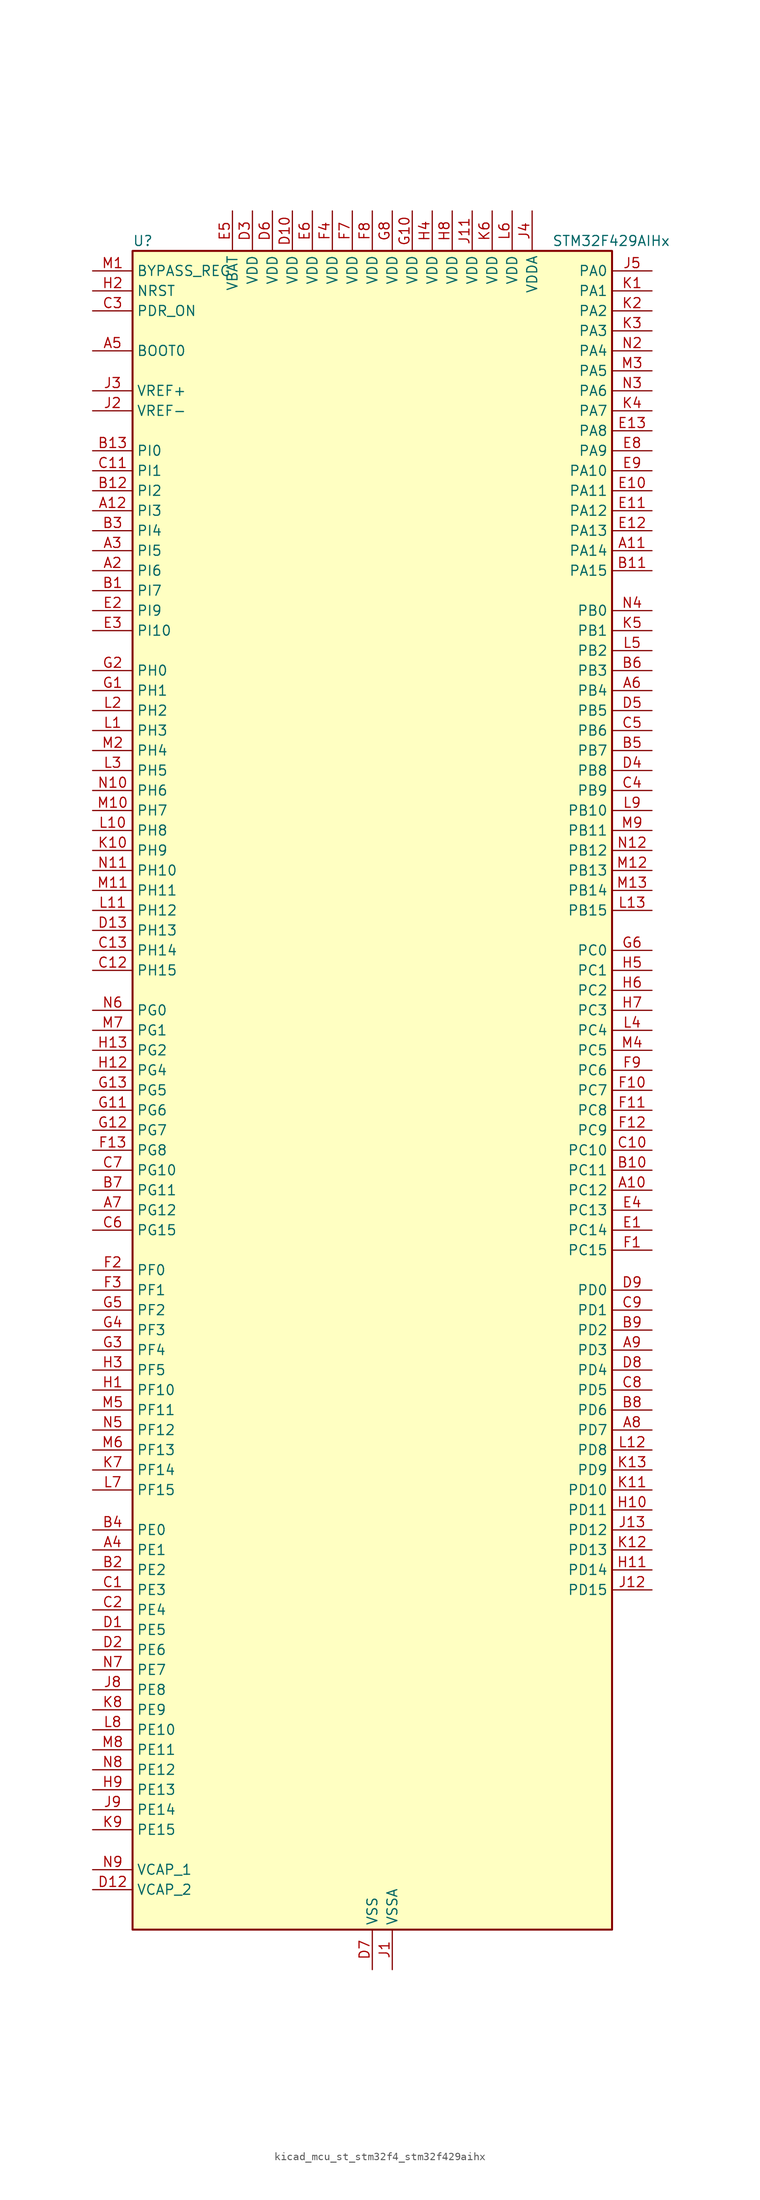
<source format=kicad_sym>
(kicad_symbol_lib
  (version 20220914)
  (generator kicad_symbol_editor)
  (symbol "kicad_mcu_st_stm32f4_stm32f429aihx"
    (property "Reference" "U"
      (at -30.48 107.95 0)
      (effects (font (size 1.27 1.27)) (justify left)))
    (property "Value" "STM32F429AIHx"
      (at 22.86 107.95 0)
      (effects (font (size 1.27 1.27)) (justify left)))
    (property "ki_locked" ""
      (at 0 0 0)
      (effects (font (size 1.27 1.27))))
    (symbol "kicad_mcu_st_stm32f4_stm32f429aihx_0_1"
      (rectangle (start -30.48 -106.68) (end 30.48 106.68) (stroke (width 0.254) (type default)) (fill (type background))))
    (symbol "kicad_mcu_st_stm32f4_stm32f429aihx_1_1"
      (pin no_connect line (at -30.48 -106.68 0) (length 5.08) hide (name "NC" (effects (font (size 1.27 1.27)))) (number "A1" (effects (font (size 1.27 1.27)))))
      (pin bidirectional line (at 35.56 -12.7 180) (length 5.08) (name "PC12" (effects (font (size 1.27 1.27)))) (number "A10" (effects (font (size 1.27 1.27)))) (alternate "DCMI_D9" bidirectional line) (alternate "I2S3_SD" bidirectional line) (alternate "SDIO_CK" bidirectional line) (alternate "SPI3_MOSI" bidirectional line) (alternate "UART5_TX" bidirectional line) (alternate "USART3_CK" bidirectional line))
      (pin bidirectional line (at 35.56 68.58 180) (length 5.08) (name "PA14" (effects (font (size 1.27 1.27)))) (number "A11" (effects (font (size 1.27 1.27)))) (alternate "SYS_JTCK-SWCLK" bidirectional line))
      (pin bidirectional line (at -35.56 73.66 0) (length 5.08) (name "PI3" (effects (font (size 1.27 1.27)))) (number "A12" (effects (font (size 1.27 1.27)))) (alternate "DCMI_D10" bidirectional line) (alternate "FMC_D27" bidirectional line) (alternate "I2S2_SD" bidirectional line) (alternate "SPI2_MOSI" bidirectional line) (alternate "TIM8_ETR" bidirectional line))
      (pin no_connect line (at -30.48 -104.14 0) (length 5.08) hide (name "NC" (effects (font (size 1.27 1.27)))) (number "A13" (effects (font (size 1.27 1.27)))))
      (pin bidirectional line (at -35.56 66.04 0) (length 5.08) (name "PI6" (effects (font (size 1.27 1.27)))) (number "A2" (effects (font (size 1.27 1.27)))) (alternate "DCMI_D6" bidirectional line) (alternate "FMC_D28" bidirectional line) (alternate "LTDC_B6" bidirectional line) (alternate "TIM8_CH2" bidirectional line))
      (pin bidirectional line (at -35.56 68.58 0) (length 5.08) (name "PI5" (effects (font (size 1.27 1.27)))) (number "A3" (effects (font (size 1.27 1.27)))) (alternate "DCMI_VSYNC" bidirectional line) (alternate "FMC_NBL3" bidirectional line) (alternate "LTDC_B5" bidirectional line) (alternate "TIM8_CH1" bidirectional line))
      (pin bidirectional line (at -35.56 -58.42 0) (length 5.08) (name "PE1" (effects (font (size 1.27 1.27)))) (number "A4" (effects (font (size 1.27 1.27)))) (alternate "DCMI_D3" bidirectional line) (alternate "FMC_NBL1" bidirectional line) (alternate "UART8_TX" bidirectional line))
      (pin input line (at -35.56 93.98 0) (length 5.08) (name "BOOT0" (effects (font (size 1.27 1.27)))) (number "A5" (effects (font (size 1.27 1.27)))))
      (pin bidirectional line (at 35.56 50.8 180) (length 5.08) (name "PB4" (effects (font (size 1.27 1.27)))) (number "A6" (effects (font (size 1.27 1.27)))) (alternate "I2S3_ext_SD" bidirectional line) (alternate "SPI1_MISO" bidirectional line) (alternate "SPI3_MISO" bidirectional line) (alternate "SYS_JTRST" bidirectional line) (alternate "TIM3_CH1" bidirectional line))
      (pin bidirectional line (at -35.56 -15.24 0) (length 5.08) (name "PG12" (effects (font (size 1.27 1.27)))) (number "A7" (effects (font (size 1.27 1.27)))) (alternate "FMC_NE4" bidirectional line) (alternate "LTDC_B1" bidirectional line) (alternate "LTDC_B4" bidirectional line) (alternate "USART6_RTS" bidirectional line))
      (pin bidirectional line (at 35.56 -43.18 180) (length 5.08) (name "PD7" (effects (font (size 1.27 1.27)))) (number "A8" (effects (font (size 1.27 1.27)))) (alternate "FMC_NCE2" bidirectional line) (alternate "FMC_NE1" bidirectional line) (alternate "USART2_CK" bidirectional line))
      (pin bidirectional line (at 35.56 -33.02 180) (length 5.08) (name "PD3" (effects (font (size 1.27 1.27)))) (number "A9" (effects (font (size 1.27 1.27)))) (alternate "DCMI_D5" bidirectional line) (alternate "FMC_CLK" bidirectional line) (alternate "I2S2_CK" bidirectional line) (alternate "LTDC_G7" bidirectional line) (alternate "SPI2_SCK" bidirectional line) (alternate "USART2_CTS" bidirectional line))
      (pin bidirectional line (at -35.56 63.5 0) (length 5.08) (name "PI7" (effects (font (size 1.27 1.27)))) (number "B1" (effects (font (size 1.27 1.27)))) (alternate "DCMI_D7" bidirectional line) (alternate "FMC_D29" bidirectional line) (alternate "LTDC_B7" bidirectional line) (alternate "TIM8_CH3" bidirectional line))
      (pin bidirectional line (at 35.56 -10.16 180) (length 5.08) (name "PC11" (effects (font (size 1.27 1.27)))) (number "B10" (effects (font (size 1.27 1.27)))) (alternate "ADC1_EXTI11" bidirectional line) (alternate "ADC2_EXTI11" bidirectional line) (alternate "ADC3_EXTI11" bidirectional line) (alternate "DCMI_D4" bidirectional line) (alternate "I2S3_ext_SD" bidirectional line) (alternate "SDIO_D3" bidirectional line) (alternate "SPI3_MISO" bidirectional line) (alternate "UART4_RX" bidirectional line) (alternate "USART3_RX" bidirectional line))
      (pin bidirectional line (at 35.56 66.04 180) (length 5.08) (name "PA15" (effects (font (size 1.27 1.27)))) (number "B11" (effects (font (size 1.27 1.27)))) (alternate "ADC1_EXTI15" bidirectional line) (alternate "ADC2_EXTI15" bidirectional line) (alternate "ADC3_EXTI15" bidirectional line) (alternate "I2S3_WS" bidirectional line) (alternate "SPI1_NSS" bidirectional line) (alternate "SPI3_NSS" bidirectional line) (alternate "SYS_JTDI" bidirectional line) (alternate "TIM2_CH1" bidirectional line) (alternate "TIM2_ETR" bidirectional line))
      (pin bidirectional line (at -35.56 76.2 0) (length 5.08) (name "PI2" (effects (font (size 1.27 1.27)))) (number "B12" (effects (font (size 1.27 1.27)))) (alternate "DCMI_D9" bidirectional line) (alternate "FMC_D26" bidirectional line) (alternate "I2S2_ext_SD" bidirectional line) (alternate "LTDC_G7" bidirectional line) (alternate "SPI2_MISO" bidirectional line) (alternate "TIM8_CH4" bidirectional line))
      (pin bidirectional line (at -35.56 81.28 0) (length 5.08) (name "PI0" (effects (font (size 1.27 1.27)))) (number "B13" (effects (font (size 1.27 1.27)))) (alternate "DCMI_D13" bidirectional line) (alternate "FMC_D24" bidirectional line) (alternate "I2S2_WS" bidirectional line) (alternate "LTDC_G5" bidirectional line) (alternate "SPI2_NSS" bidirectional line) (alternate "TIM5_CH4" bidirectional line))
      (pin bidirectional line (at -35.56 -60.96 0) (length 5.08) (name "PE2" (effects (font (size 1.27 1.27)))) (number "B2" (effects (font (size 1.27 1.27)))) (alternate "ETH_TXD3" bidirectional line) (alternate "FMC_A23" bidirectional line) (alternate "SAI1_MCLK_A" bidirectional line) (alternate "SPI4_SCK" bidirectional line) (alternate "SYS_TRACECLK" bidirectional line))
      (pin bidirectional line (at -35.56 71.12 0) (length 5.08) (name "PI4" (effects (font (size 1.27 1.27)))) (number "B3" (effects (font (size 1.27 1.27)))) (alternate "DCMI_D5" bidirectional line) (alternate "FMC_NBL2" bidirectional line) (alternate "LTDC_B4" bidirectional line) (alternate "TIM8_BKIN" bidirectional line))
      (pin bidirectional line (at -35.56 -55.88 0) (length 5.08) (name "PE0" (effects (font (size 1.27 1.27)))) (number "B4" (effects (font (size 1.27 1.27)))) (alternate "DCMI_D2" bidirectional line) (alternate "FMC_NBL0" bidirectional line) (alternate "TIM4_ETR" bidirectional line) (alternate "UART8_RX" bidirectional line))
      (pin bidirectional line (at 35.56 43.18 180) (length 5.08) (name "PB7" (effects (font (size 1.27 1.27)))) (number "B5" (effects (font (size 1.27 1.27)))) (alternate "DCMI_VSYNC" bidirectional line) (alternate "FMC_NL" bidirectional line) (alternate "I2C1_SDA" bidirectional line) (alternate "TIM4_CH2" bidirectional line) (alternate "USART1_RX" bidirectional line))
      (pin bidirectional line (at 35.56 53.34 180) (length 5.08) (name "PB3" (effects (font (size 1.27 1.27)))) (number "B6" (effects (font (size 1.27 1.27)))) (alternate "I2S3_CK" bidirectional line) (alternate "SPI1_SCK" bidirectional line) (alternate "SPI3_SCK" bidirectional line) (alternate "SYS_JTDO-SWO" bidirectional line) (alternate "TIM2_CH2" bidirectional line))
      (pin bidirectional line (at -35.56 -12.7 0) (length 5.08) (name "PG11" (effects (font (size 1.27 1.27)))) (number "B7" (effects (font (size 1.27 1.27)))) (alternate "ADC1_EXTI11" bidirectional line) (alternate "ADC2_EXTI11" bidirectional line) (alternate "ADC3_EXTI11" bidirectional line) (alternate "DCMI_D3" bidirectional line) (alternate "ETH_TX_EN" bidirectional line) (alternate "LTDC_B3" bidirectional line))
      (pin bidirectional line (at 35.56 -40.64 180) (length 5.08) (name "PD6" (effects (font (size 1.27 1.27)))) (number "B8" (effects (font (size 1.27 1.27)))) (alternate "DCMI_D10" bidirectional line) (alternate "FMC_NWAIT" bidirectional line) (alternate "I2S3_SD" bidirectional line) (alternate "LTDC_B2" bidirectional line) (alternate "SAI1_SD_A" bidirectional line) (alternate "SPI3_MOSI" bidirectional line) (alternate "USART2_RX" bidirectional line))
      (pin bidirectional line (at 35.56 -30.48 180) (length 5.08) (name "PD2" (effects (font (size 1.27 1.27)))) (number "B9" (effects (font (size 1.27 1.27)))) (alternate "DCMI_D11" bidirectional line) (alternate "SDIO_CMD" bidirectional line) (alternate "TIM3_ETR" bidirectional line) (alternate "UART5_RX" bidirectional line))
      (pin bidirectional line (at -35.56 -63.5 0) (length 5.08) (name "PE3" (effects (font (size 1.27 1.27)))) (number "C1" (effects (font (size 1.27 1.27)))) (alternate "FMC_A19" bidirectional line) (alternate "SAI1_SD_B" bidirectional line) (alternate "SYS_TRACED0" bidirectional line))
      (pin bidirectional line (at 35.56 -7.62 180) (length 5.08) (name "PC10" (effects (font (size 1.27 1.27)))) (number "C10" (effects (font (size 1.27 1.27)))) (alternate "DCMI_D8" bidirectional line) (alternate "I2S3_CK" bidirectional line) (alternate "LTDC_R2" bidirectional line) (alternate "SDIO_D2" bidirectional line) (alternate "SPI3_SCK" bidirectional line) (alternate "UART4_TX" bidirectional line) (alternate "USART3_TX" bidirectional line))
      (pin bidirectional line (at -35.56 78.74 0) (length 5.08) (name "PI1" (effects (font (size 1.27 1.27)))) (number "C11" (effects (font (size 1.27 1.27)))) (alternate "DCMI_D8" bidirectional line) (alternate "FMC_D25" bidirectional line) (alternate "I2S2_CK" bidirectional line) (alternate "LTDC_G6" bidirectional line) (alternate "SPI2_SCK" bidirectional line))
      (pin bidirectional line (at -35.56 15.24 0) (length 5.08) (name "PH15" (effects (font (size 1.27 1.27)))) (number "C12" (effects (font (size 1.27 1.27)))) (alternate "ADC1_EXTI15" bidirectional line) (alternate "ADC2_EXTI15" bidirectional line) (alternate "ADC3_EXTI15" bidirectional line) (alternate "DCMI_D11" bidirectional line) (alternate "FMC_D23" bidirectional line) (alternate "LTDC_G4" bidirectional line) (alternate "TIM8_CH3N" bidirectional line))
      (pin bidirectional line (at -35.56 17.78 0) (length 5.08) (name "PH14" (effects (font (size 1.27 1.27)))) (number "C13" (effects (font (size 1.27 1.27)))) (alternate "DCMI_D4" bidirectional line) (alternate "FMC_D22" bidirectional line) (alternate "LTDC_G3" bidirectional line) (alternate "TIM8_CH2N" bidirectional line))
      (pin bidirectional line (at -35.56 -66.04 0) (length 5.08) (name "PE4" (effects (font (size 1.27 1.27)))) (number "C2" (effects (font (size 1.27 1.27)))) (alternate "DCMI_D4" bidirectional line) (alternate "FMC_A20" bidirectional line) (alternate "LTDC_B0" bidirectional line) (alternate "SAI1_FS_A" bidirectional line) (alternate "SPI4_NSS" bidirectional line) (alternate "SYS_TRACED1" bidirectional line))
      (pin input line (at -35.56 99.06 0) (length 5.08) (name "PDR_ON" (effects (font (size 1.27 1.27)))) (number "C3" (effects (font (size 1.27 1.27)))))
      (pin bidirectional line (at 35.56 38.1 180) (length 5.08) (name "PB9" (effects (font (size 1.27 1.27)))) (number "C4" (effects (font (size 1.27 1.27)))) (alternate "CAN1_TX" bidirectional line) (alternate "DAC_EXTI9" bidirectional line) (alternate "DCMI_D7" bidirectional line) (alternate "I2C1_SDA" bidirectional line) (alternate "I2S2_WS" bidirectional line) (alternate "LTDC_B7" bidirectional line) (alternate "SDIO_D5" bidirectional line) (alternate "SPI2_NSS" bidirectional line) (alternate "TIM11_CH1" bidirectional line) (alternate "TIM4_CH4" bidirectional line))
      (pin bidirectional line (at 35.56 45.72 180) (length 5.08) (name "PB6" (effects (font (size 1.27 1.27)))) (number "C5" (effects (font (size 1.27 1.27)))) (alternate "CAN2_TX" bidirectional line) (alternate "DCMI_D5" bidirectional line) (alternate "FMC_SDNE1" bidirectional line) (alternate "I2C1_SCL" bidirectional line) (alternate "TIM4_CH1" bidirectional line) (alternate "USART1_TX" bidirectional line))
      (pin bidirectional line (at -35.56 -17.78 0) (length 5.08) (name "PG15" (effects (font (size 1.27 1.27)))) (number "C6" (effects (font (size 1.27 1.27)))) (alternate "ADC1_EXTI15" bidirectional line) (alternate "ADC2_EXTI15" bidirectional line) (alternate "ADC3_EXTI15" bidirectional line) (alternate "DCMI_D13" bidirectional line) (alternate "FMC_SDNCAS" bidirectional line) (alternate "USART6_CTS" bidirectional line))
      (pin bidirectional line (at -35.56 -10.16 0) (length 5.08) (name "PG10" (effects (font (size 1.27 1.27)))) (number "C7" (effects (font (size 1.27 1.27)))) (alternate "DCMI_D2" bidirectional line) (alternate "FMC_NE3" bidirectional line) (alternate "LTDC_B2" bidirectional line) (alternate "LTDC_G3" bidirectional line))
      (pin bidirectional line (at 35.56 -38.1 180) (length 5.08) (name "PD5" (effects (font (size 1.27 1.27)))) (number "C8" (effects (font (size 1.27 1.27)))) (alternate "FMC_NWE" bidirectional line) (alternate "USART2_TX" bidirectional line))
      (pin bidirectional line (at 35.56 -27.94 180) (length 5.08) (name "PD1" (effects (font (size 1.27 1.27)))) (number "C9" (effects (font (size 1.27 1.27)))) (alternate "CAN1_TX" bidirectional line) (alternate "FMC_D3" bidirectional line) (alternate "FMC_DA3" bidirectional line))
      (pin bidirectional line (at -35.56 -68.58 0) (length 5.08) (name "PE5" (effects (font (size 1.27 1.27)))) (number "D1" (effects (font (size 1.27 1.27)))) (alternate "DCMI_D6" bidirectional line) (alternate "FMC_A21" bidirectional line) (alternate "LTDC_G0" bidirectional line) (alternate "SAI1_SCK_A" bidirectional line) (alternate "SPI4_MISO" bidirectional line) (alternate "SYS_TRACED2" bidirectional line) (alternate "TIM9_CH1" bidirectional line))
      (pin power_in line (at -10.16 111.76 270) (length 5.08) (name "VDD" (effects (font (size 1.27 1.27)))) (number "D10" (effects (font (size 1.27 1.27)))))
      (pin passive line (at 0 -111.76 90) (length 5.08) hide (name "VSS" (effects (font (size 1.27 1.27)))) (number "D11" (effects (font (size 1.27 1.27)))))
      (pin power_out line (at -35.56 -101.6 0) (length 5.08) (name "VCAP_2" (effects (font (size 1.27 1.27)))) (number "D12" (effects (font (size 1.27 1.27)))))
      (pin bidirectional line (at -35.56 20.32 0) (length 5.08) (name "PH13" (effects (font (size 1.27 1.27)))) (number "D13" (effects (font (size 1.27 1.27)))) (alternate "CAN1_TX" bidirectional line) (alternate "FMC_D21" bidirectional line) (alternate "LTDC_G2" bidirectional line) (alternate "TIM8_CH1N" bidirectional line))
      (pin bidirectional line (at -35.56 -71.12 0) (length 5.08) (name "PE6" (effects (font (size 1.27 1.27)))) (number "D2" (effects (font (size 1.27 1.27)))) (alternate "DCMI_D7" bidirectional line) (alternate "FMC_A22" bidirectional line) (alternate "LTDC_G1" bidirectional line) (alternate "SAI1_SD_A" bidirectional line) (alternate "SPI4_MOSI" bidirectional line) (alternate "SYS_TRACED3" bidirectional line) (alternate "TIM9_CH2" bidirectional line))
      (pin power_in line (at -15.24 111.76 270) (length 5.08) (name "VDD" (effects (font (size 1.27 1.27)))) (number "D3" (effects (font (size 1.27 1.27)))))
      (pin bidirectional line (at 35.56 40.64 180) (length 5.08) (name "PB8" (effects (font (size 1.27 1.27)))) (number "D4" (effects (font (size 1.27 1.27)))) (alternate "CAN1_RX" bidirectional line) (alternate "DCMI_D6" bidirectional line) (alternate "ETH_TXD3" bidirectional line) (alternate "I2C1_SCL" bidirectional line) (alternate "LTDC_B6" bidirectional line) (alternate "SDIO_D4" bidirectional line) (alternate "TIM10_CH1" bidirectional line) (alternate "TIM4_CH3" bidirectional line))
      (pin bidirectional line (at 35.56 48.26 180) (length 5.08) (name "PB5" (effects (font (size 1.27 1.27)))) (number "D5" (effects (font (size 1.27 1.27)))) (alternate "CAN2_RX" bidirectional line) (alternate "DCMI_D10" bidirectional line) (alternate "ETH_PPS_OUT" bidirectional line) (alternate "FMC_SDCKE1" bidirectional line) (alternate "I2C1_SMBA" bidirectional line) (alternate "I2S3_SD" bidirectional line) (alternate "SPI1_MOSI" bidirectional line) (alternate "SPI3_MOSI" bidirectional line) (alternate "TIM3_CH2" bidirectional line) (alternate "USB_OTG_HS_ULPI_D7" bidirectional line))
      (pin power_in line (at -12.7 111.76 270) (length 5.08) (name "VDD" (effects (font (size 1.27 1.27)))) (number "D6" (effects (font (size 1.27 1.27)))))
      (pin power_in line (at 0 -111.76 90) (length 5.08) (name "VSS" (effects (font (size 1.27 1.27)))) (number "D7" (effects (font (size 1.27 1.27)))))
      (pin bidirectional line (at 35.56 -35.56 180) (length 5.08) (name "PD4" (effects (font (size 1.27 1.27)))) (number "D8" (effects (font (size 1.27 1.27)))) (alternate "FMC_NOE" bidirectional line) (alternate "USART2_RTS" bidirectional line))
      (pin bidirectional line (at 35.56 -25.4 180) (length 5.08) (name "PD0" (effects (font (size 1.27 1.27)))) (number "D9" (effects (font (size 1.27 1.27)))) (alternate "CAN1_RX" bidirectional line) (alternate "FMC_D2" bidirectional line) (alternate "FMC_DA2" bidirectional line))
      (pin bidirectional line (at 35.56 -17.78 180) (length 5.08) (name "PC14" (effects (font (size 1.27 1.27)))) (number "E1" (effects (font (size 1.27 1.27)))) (alternate "RCC_OSC32_IN" bidirectional line))
      (pin bidirectional line (at 35.56 76.2 180) (length 5.08) (name "PA11" (effects (font (size 1.27 1.27)))) (number "E10" (effects (font (size 1.27 1.27)))) (alternate "ADC1_EXTI11" bidirectional line) (alternate "ADC2_EXTI11" bidirectional line) (alternate "ADC3_EXTI11" bidirectional line) (alternate "CAN1_RX" bidirectional line) (alternate "LTDC_R4" bidirectional line) (alternate "TIM1_CH4" bidirectional line) (alternate "USART1_CTS" bidirectional line) (alternate "USB_OTG_FS_DM" bidirectional line))
      (pin bidirectional line (at 35.56 73.66 180) (length 5.08) (name "PA12" (effects (font (size 1.27 1.27)))) (number "E11" (effects (font (size 1.27 1.27)))) (alternate "CAN1_TX" bidirectional line) (alternate "LTDC_R5" bidirectional line) (alternate "TIM1_ETR" bidirectional line) (alternate "USART1_RTS" bidirectional line) (alternate "USB_OTG_FS_DP" bidirectional line))
      (pin bidirectional line (at 35.56 71.12 180) (length 5.08) (name "PA13" (effects (font (size 1.27 1.27)))) (number "E12" (effects (font (size 1.27 1.27)))) (alternate "SYS_JTMS-SWDIO" bidirectional line))
      (pin bidirectional line (at 35.56 83.82 180) (length 5.08) (name "PA8" (effects (font (size 1.27 1.27)))) (number "E13" (effects (font (size 1.27 1.27)))) (alternate "I2C3_SCL" bidirectional line) (alternate "LTDC_R6" bidirectional line) (alternate "RCC_MCO_1" bidirectional line) (alternate "TIM1_CH1" bidirectional line) (alternate "USART1_CK" bidirectional line) (alternate "USB_OTG_FS_SOF" bidirectional line))
      (pin bidirectional line (at -35.56 60.96 0) (length 5.08) (name "PI9" (effects (font (size 1.27 1.27)))) (number "E2" (effects (font (size 1.27 1.27)))) (alternate "CAN1_RX" bidirectional line) (alternate "DAC_EXTI9" bidirectional line) (alternate "FMC_D30" bidirectional line) (alternate "LTDC_VSYNC" bidirectional line))
      (pin bidirectional line (at -35.56 58.42 0) (length 5.08) (name "PI10" (effects (font (size 1.27 1.27)))) (number "E3" (effects (font (size 1.27 1.27)))) (alternate "ETH_RX_ER" bidirectional line) (alternate "FMC_D31" bidirectional line) (alternate "LTDC_HSYNC" bidirectional line))
      (pin bidirectional line (at 35.56 -15.24 180) (length 5.08) (name "PC13" (effects (font (size 1.27 1.27)))) (number "E4" (effects (font (size 1.27 1.27)))) (alternate "RTC_AF1" bidirectional line))
      (pin power_in line (at -17.78 111.76 270) (length 5.08) (name "VBAT" (effects (font (size 1.27 1.27)))) (number "E5" (effects (font (size 1.27 1.27)))))
      (pin power_in line (at -7.62 111.76 270) (length 5.08) (name "VDD" (effects (font (size 1.27 1.27)))) (number "E6" (effects (font (size 1.27 1.27)))))
      (pin passive line (at 0 -111.76 90) (length 5.08) hide (name "VSS" (effects (font (size 1.27 1.27)))) (number "E7" (effects (font (size 1.27 1.27)))))
      (pin bidirectional line (at 35.56 81.28 180) (length 5.08) (name "PA9" (effects (font (size 1.27 1.27)))) (number "E8" (effects (font (size 1.27 1.27)))) (alternate "DAC_EXTI9" bidirectional line) (alternate "DCMI_D0" bidirectional line) (alternate "I2C3_SMBA" bidirectional line) (alternate "TIM1_CH2" bidirectional line) (alternate "USART1_TX" bidirectional line) (alternate "USB_OTG_FS_VBUS" bidirectional line))
      (pin bidirectional line (at 35.56 78.74 180) (length 5.08) (name "PA10" (effects (font (size 1.27 1.27)))) (number "E9" (effects (font (size 1.27 1.27)))) (alternate "DCMI_D1" bidirectional line) (alternate "TIM1_CH3" bidirectional line) (alternate "USART1_RX" bidirectional line) (alternate "USB_OTG_FS_ID" bidirectional line))
      (pin bidirectional line (at 35.56 -20.32 180) (length 5.08) (name "PC15" (effects (font (size 1.27 1.27)))) (number "F1" (effects (font (size 1.27 1.27)))) (alternate "ADC1_EXTI15" bidirectional line) (alternate "ADC2_EXTI15" bidirectional line) (alternate "ADC3_EXTI15" bidirectional line) (alternate "RCC_OSC32_OUT" bidirectional line))
      (pin bidirectional line (at 35.56 0 180) (length 5.08) (name "PC7" (effects (font (size 1.27 1.27)))) (number "F10" (effects (font (size 1.27 1.27)))) (alternate "DCMI_D1" bidirectional line) (alternate "I2S3_MCK" bidirectional line) (alternate "LTDC_G6" bidirectional line) (alternate "SDIO_D7" bidirectional line) (alternate "TIM3_CH2" bidirectional line) (alternate "TIM8_CH2" bidirectional line) (alternate "USART6_RX" bidirectional line))
      (pin bidirectional line (at 35.56 -2.54 180) (length 5.08) (name "PC8" (effects (font (size 1.27 1.27)))) (number "F11" (effects (font (size 1.27 1.27)))) (alternate "DCMI_D2" bidirectional line) (alternate "SDIO_D0" bidirectional line) (alternate "TIM3_CH3" bidirectional line) (alternate "TIM8_CH3" bidirectional line) (alternate "USART6_CK" bidirectional line))
      (pin bidirectional line (at 35.56 -5.08 180) (length 5.08) (name "PC9" (effects (font (size 1.27 1.27)))) (number "F12" (effects (font (size 1.27 1.27)))) (alternate "DAC_EXTI9" bidirectional line) (alternate "DCMI_D3" bidirectional line) (alternate "I2C3_SDA" bidirectional line) (alternate "I2S_CKIN" bidirectional line) (alternate "RCC_MCO_2" bidirectional line) (alternate "SDIO_D1" bidirectional line) (alternate "TIM3_CH4" bidirectional line) (alternate "TIM8_CH4" bidirectional line))
      (pin bidirectional line (at -35.56 -7.62 0) (length 5.08) (name "PG8" (effects (font (size 1.27 1.27)))) (number "F13" (effects (font (size 1.27 1.27)))) (alternate "ETH_PPS_OUT" bidirectional line) (alternate "FMC_SDCLK" bidirectional line) (alternate "USART6_RTS" bidirectional line))
      (pin bidirectional line (at -35.56 -22.86 0) (length 5.08) (name "PF0" (effects (font (size 1.27 1.27)))) (number "F2" (effects (font (size 1.27 1.27)))) (alternate "FMC_A0" bidirectional line) (alternate "I2C2_SDA" bidirectional line))
      (pin bidirectional line (at -35.56 -25.4 0) (length 5.08) (name "PF1" (effects (font (size 1.27 1.27)))) (number "F3" (effects (font (size 1.27 1.27)))) (alternate "FMC_A1" bidirectional line) (alternate "I2C2_SCL" bidirectional line))
      (pin power_in line (at -5.08 111.76 270) (length 5.08) (name "VDD" (effects (font (size 1.27 1.27)))) (number "F4" (effects (font (size 1.27 1.27)))))
      (pin passive line (at 0 -111.76 90) (length 5.08) hide (name "VSS" (effects (font (size 1.27 1.27)))) (number "F5" (effects (font (size 1.27 1.27)))))
      (pin passive line (at 0 -111.76 90) (length 5.08) hide (name "VSS" (effects (font (size 1.27 1.27)))) (number "F6" (effects (font (size 1.27 1.27)))))
      (pin power_in line (at -2.54 111.76 270) (length 5.08) (name "VDD" (effects (font (size 1.27 1.27)))) (number "F7" (effects (font (size 1.27 1.27)))))
      (pin power_in line (at 0 111.76 270) (length 5.08) (name "VDD" (effects (font (size 1.27 1.27)))) (number "F8" (effects (font (size 1.27 1.27)))))
      (pin bidirectional line (at 35.56 2.54 180) (length 5.08) (name "PC6" (effects (font (size 1.27 1.27)))) (number "F9" (effects (font (size 1.27 1.27)))) (alternate "DCMI_D0" bidirectional line) (alternate "I2S2_MCK" bidirectional line) (alternate "LTDC_HSYNC" bidirectional line) (alternate "SDIO_D6" bidirectional line) (alternate "TIM3_CH1" bidirectional line) (alternate "TIM8_CH1" bidirectional line) (alternate "USART6_TX" bidirectional line))
      (pin bidirectional line (at -35.56 50.8 0) (length 5.08) (name "PH1" (effects (font (size 1.27 1.27)))) (number "G1" (effects (font (size 1.27 1.27)))) (alternate "RCC_OSC_OUT" bidirectional line))
      (pin power_in line (at 5.08 111.76 270) (length 5.08) (name "VDD" (effects (font (size 1.27 1.27)))) (number "G10" (effects (font (size 1.27 1.27)))))
      (pin bidirectional line (at -35.56 -2.54 0) (length 5.08) (name "PG6" (effects (font (size 1.27 1.27)))) (number "G11" (effects (font (size 1.27 1.27)))) (alternate "DCMI_D12" bidirectional line) (alternate "FMC_INT2" bidirectional line) (alternate "LTDC_R7" bidirectional line))
      (pin bidirectional line (at -35.56 -5.08 0) (length 5.08) (name "PG7" (effects (font (size 1.27 1.27)))) (number "G12" (effects (font (size 1.27 1.27)))) (alternate "DCMI_D13" bidirectional line) (alternate "LTDC_CLK" bidirectional line) (alternate "USART6_CK" bidirectional line))
      (pin bidirectional line (at -35.56 0 0) (length 5.08) (name "PG5" (effects (font (size 1.27 1.27)))) (number "G13" (effects (font (size 1.27 1.27)))) (alternate "FMC_A15" bidirectional line) (alternate "FMC_BA1" bidirectional line))
      (pin bidirectional line (at -35.56 53.34 0) (length 5.08) (name "PH0" (effects (font (size 1.27 1.27)))) (number "G2" (effects (font (size 1.27 1.27)))) (alternate "RCC_OSC_IN" bidirectional line))
      (pin bidirectional line (at -35.56 -33.02 0) (length 5.08) (name "PF4" (effects (font (size 1.27 1.27)))) (number "G3" (effects (font (size 1.27 1.27)))) (alternate "ADC3_IN14" bidirectional line) (alternate "FMC_A4" bidirectional line))
      (pin bidirectional line (at -35.56 -30.48 0) (length 5.08) (name "PF3" (effects (font (size 1.27 1.27)))) (number "G4" (effects (font (size 1.27 1.27)))) (alternate "ADC3_IN9" bidirectional line) (alternate "FMC_A3" bidirectional line))
      (pin bidirectional line (at -35.56 -27.94 0) (length 5.08) (name "PF2" (effects (font (size 1.27 1.27)))) (number "G5" (effects (font (size 1.27 1.27)))) (alternate "FMC_A2" bidirectional line) (alternate "I2C2_SMBA" bidirectional line))
      (pin bidirectional line (at 35.56 17.78 180) (length 5.08) (name "PC0" (effects (font (size 1.27 1.27)))) (number "G6" (effects (font (size 1.27 1.27)))) (alternate "ADC1_IN10" bidirectional line) (alternate "ADC2_IN10" bidirectional line) (alternate "ADC3_IN10" bidirectional line) (alternate "FMC_SDNWE" bidirectional line) (alternate "USB_OTG_HS_ULPI_STP" bidirectional line))
      (pin passive line (at 0 -111.76 90) (length 5.08) hide (name "VSS" (effects (font (size 1.27 1.27)))) (number "G7" (effects (font (size 1.27 1.27)))))
      (pin power_in line (at 2.54 111.76 270) (length 5.08) (name "VDD" (effects (font (size 1.27 1.27)))) (number "G8" (effects (font (size 1.27 1.27)))))
      (pin passive line (at 0 -111.76 90) (length 5.08) hide (name "VSS" (effects (font (size 1.27 1.27)))) (number "G9" (effects (font (size 1.27 1.27)))))
      (pin bidirectional line (at -35.56 -38.1 0) (length 5.08) (name "PF10" (effects (font (size 1.27 1.27)))) (number "H1" (effects (font (size 1.27 1.27)))) (alternate "ADC3_IN8" bidirectional line) (alternate "DCMI_D11" bidirectional line) (alternate "LTDC_DE" bidirectional line))
      (pin bidirectional line (at 35.56 -53.34 180) (length 5.08) (name "PD11" (effects (font (size 1.27 1.27)))) (number "H10" (effects (font (size 1.27 1.27)))) (alternate "ADC1_EXTI11" bidirectional line) (alternate "ADC2_EXTI11" bidirectional line) (alternate "ADC3_EXTI11" bidirectional line) (alternate "FMC_A16" bidirectional line) (alternate "FMC_CLE" bidirectional line) (alternate "USART3_CTS" bidirectional line))
      (pin bidirectional line (at 35.56 -60.96 180) (length 5.08) (name "PD14" (effects (font (size 1.27 1.27)))) (number "H11" (effects (font (size 1.27 1.27)))) (alternate "FMC_D0" bidirectional line) (alternate "FMC_DA0" bidirectional line) (alternate "TIM4_CH3" bidirectional line))
      (pin bidirectional line (at -35.56 2.54 0) (length 5.08) (name "PG4" (effects (font (size 1.27 1.27)))) (number "H12" (effects (font (size 1.27 1.27)))) (alternate "FMC_A14" bidirectional line) (alternate "FMC_BA0" bidirectional line))
      (pin bidirectional line (at -35.56 5.08 0) (length 5.08) (name "PG2" (effects (font (size 1.27 1.27)))) (number "H13" (effects (font (size 1.27 1.27)))) (alternate "FMC_A12" bidirectional line))
      (pin input line (at -35.56 101.6 0) (length 5.08) (name "NRST" (effects (font (size 1.27 1.27)))) (number "H2" (effects (font (size 1.27 1.27)))))
      (pin bidirectional line (at -35.56 -35.56 0) (length 5.08) (name "PF5" (effects (font (size 1.27 1.27)))) (number "H3" (effects (font (size 1.27 1.27)))) (alternate "ADC3_IN15" bidirectional line) (alternate "FMC_A5" bidirectional line))
      (pin power_in line (at 7.62 111.76 270) (length 5.08) (name "VDD" (effects (font (size 1.27 1.27)))) (number "H4" (effects (font (size 1.27 1.27)))))
      (pin bidirectional line (at 35.56 15.24 180) (length 5.08) (name "PC1" (effects (font (size 1.27 1.27)))) (number "H5" (effects (font (size 1.27 1.27)))) (alternate "ADC1_IN11" bidirectional line) (alternate "ADC2_IN11" bidirectional line) (alternate "ADC3_IN11" bidirectional line) (alternate "ETH_MDC" bidirectional line))
      (pin bidirectional line (at 35.56 12.7 180) (length 5.08) (name "PC2" (effects (font (size 1.27 1.27)))) (number "H6" (effects (font (size 1.27 1.27)))) (alternate "ADC1_IN12" bidirectional line) (alternate "ADC2_IN12" bidirectional line) (alternate "ADC3_IN12" bidirectional line) (alternate "ETH_TXD2" bidirectional line) (alternate "FMC_SDNE0" bidirectional line) (alternate "I2S2_ext_SD" bidirectional line) (alternate "SPI2_MISO" bidirectional line) (alternate "USB_OTG_HS_ULPI_DIR" bidirectional line))
      (pin bidirectional line (at 35.56 10.16 180) (length 5.08) (name "PC3" (effects (font (size 1.27 1.27)))) (number "H7" (effects (font (size 1.27 1.27)))) (alternate "ADC1_IN13" bidirectional line) (alternate "ADC2_IN13" bidirectional line) (alternate "ADC3_IN13" bidirectional line) (alternate "ETH_TX_CLK" bidirectional line) (alternate "FMC_SDCKE0" bidirectional line) (alternate "I2S2_SD" bidirectional line) (alternate "SPI2_MOSI" bidirectional line) (alternate "USB_OTG_HS_ULPI_NXT" bidirectional line))
      (pin power_in line (at 10.16 111.76 270) (length 5.08) (name "VDD" (effects (font (size 1.27 1.27)))) (number "H8" (effects (font (size 1.27 1.27)))))
      (pin bidirectional line (at -35.56 -88.9 0) (length 5.08) (name "PE13" (effects (font (size 1.27 1.27)))) (number "H9" (effects (font (size 1.27 1.27)))) (alternate "FMC_D10" bidirectional line) (alternate "FMC_DA10" bidirectional line) (alternate "LTDC_DE" bidirectional line) (alternate "SPI4_MISO" bidirectional line) (alternate "TIM1_CH3" bidirectional line))
      (pin power_in line (at 2.54 -111.76 90) (length 5.08) (name "VSSA" (effects (font (size 1.27 1.27)))) (number "J1" (effects (font (size 1.27 1.27)))))
      (pin passive line (at 0 -111.76 90) (length 5.08) hide (name "VSS" (effects (font (size 1.27 1.27)))) (number "J10" (effects (font (size 1.27 1.27)))))
      (pin power_in line (at 12.7 111.76 270) (length 5.08) (name "VDD" (effects (font (size 1.27 1.27)))) (number "J11" (effects (font (size 1.27 1.27)))))
      (pin bidirectional line (at 35.56 -63.5 180) (length 5.08) (name "PD15" (effects (font (size 1.27 1.27)))) (number "J12" (effects (font (size 1.27 1.27)))) (alternate "ADC1_EXTI15" bidirectional line) (alternate "ADC2_EXTI15" bidirectional line) (alternate "ADC3_EXTI15" bidirectional line) (alternate "FMC_D1" bidirectional line) (alternate "FMC_DA1" bidirectional line) (alternate "TIM4_CH4" bidirectional line))
      (pin bidirectional line (at 35.56 -55.88 180) (length 5.08) (name "PD12" (effects (font (size 1.27 1.27)))) (number "J13" (effects (font (size 1.27 1.27)))) (alternate "FMC_A17" bidirectional line) (alternate "FMC_ALE" bidirectional line) (alternate "TIM4_CH1" bidirectional line) (alternate "USART3_RTS" bidirectional line))
      (pin input line (at -35.56 86.36 0) (length 5.08) (name "VREF-" (effects (font (size 1.27 1.27)))) (number "J2" (effects (font (size 1.27 1.27)))))
      (pin input line (at -35.56 88.9 0) (length 5.08) (name "VREF+" (effects (font (size 1.27 1.27)))) (number "J3" (effects (font (size 1.27 1.27)))))
      (pin power_in line (at 20.32 111.76 270) (length 5.08) (name "VDDA" (effects (font (size 1.27 1.27)))) (number "J4" (effects (font (size 1.27 1.27)))))
      (pin bidirectional line (at 35.56 104.14 180) (length 5.08) (name "PA0" (effects (font (size 1.27 1.27)))) (number "J5" (effects (font (size 1.27 1.27)))) (alternate "ADC1_IN0" bidirectional line) (alternate "ADC2_IN0" bidirectional line) (alternate "ADC3_IN0" bidirectional line) (alternate "ETH_CRS" bidirectional line) (alternate "SYS_WKUP" bidirectional line) (alternate "TIM2_CH1" bidirectional line) (alternate "TIM2_ETR" bidirectional line) (alternate "TIM5_CH1" bidirectional line) (alternate "TIM8_ETR" bidirectional line) (alternate "UART4_TX" bidirectional line) (alternate "USART2_CTS" bidirectional line))
      (pin passive line (at 0 -111.76 90) (length 5.08) hide (name "VSS" (effects (font (size 1.27 1.27)))) (number "J6" (effects (font (size 1.27 1.27)))))
      (pin passive line (at 0 -111.76 90) (length 5.08) hide (name "VSS" (effects (font (size 1.27 1.27)))) (number "J7" (effects (font (size 1.27 1.27)))))
      (pin bidirectional line (at -35.56 -76.2 0) (length 5.08) (name "PE8" (effects (font (size 1.27 1.27)))) (number "J8" (effects (font (size 1.27 1.27)))) (alternate "FMC_D5" bidirectional line) (alternate "FMC_DA5" bidirectional line) (alternate "TIM1_CH1N" bidirectional line) (alternate "UART7_TX" bidirectional line))
      (pin bidirectional line (at -35.56 -91.44 0) (length 5.08) (name "PE14" (effects (font (size 1.27 1.27)))) (number "J9" (effects (font (size 1.27 1.27)))) (alternate "FMC_D11" bidirectional line) (alternate "FMC_DA11" bidirectional line) (alternate "LTDC_CLK" bidirectional line) (alternate "SPI4_MOSI" bidirectional line) (alternate "TIM1_CH4" bidirectional line))
      (pin bidirectional line (at 35.56 101.6 180) (length 5.08) (name "PA1" (effects (font (size 1.27 1.27)))) (number "K1" (effects (font (size 1.27 1.27)))) (alternate "ADC1_IN1" bidirectional line) (alternate "ADC2_IN1" bidirectional line) (alternate "ADC3_IN1" bidirectional line) (alternate "ETH_REF_CLK" bidirectional line) (alternate "ETH_RX_CLK" bidirectional line) (alternate "TIM2_CH2" bidirectional line) (alternate "TIM5_CH2" bidirectional line) (alternate "UART4_RX" bidirectional line) (alternate "USART2_RTS" bidirectional line))
      (pin bidirectional line (at -35.56 30.48 0) (length 5.08) (name "PH9" (effects (font (size 1.27 1.27)))) (number "K10" (effects (font (size 1.27 1.27)))) (alternate "DAC_EXTI9" bidirectional line) (alternate "DCMI_D0" bidirectional line) (alternate "FMC_D17" bidirectional line) (alternate "I2C3_SMBA" bidirectional line) (alternate "LTDC_R3" bidirectional line) (alternate "TIM12_CH2" bidirectional line))
      (pin bidirectional line (at 35.56 -50.8 180) (length 5.08) (name "PD10" (effects (font (size 1.27 1.27)))) (number "K11" (effects (font (size 1.27 1.27)))) (alternate "FMC_D15" bidirectional line) (alternate "FMC_DA15" bidirectional line) (alternate "LTDC_B3" bidirectional line) (alternate "USART3_CK" bidirectional line))
      (pin bidirectional line (at 35.56 -58.42 180) (length 5.08) (name "PD13" (effects (font (size 1.27 1.27)))) (number "K12" (effects (font (size 1.27 1.27)))) (alternate "FMC_A18" bidirectional line) (alternate "TIM4_CH2" bidirectional line))
      (pin bidirectional line (at 35.56 -48.26 180) (length 5.08) (name "PD9" (effects (font (size 1.27 1.27)))) (number "K13" (effects (font (size 1.27 1.27)))) (alternate "DAC_EXTI9" bidirectional line) (alternate "FMC_D14" bidirectional line) (alternate "FMC_DA14" bidirectional line) (alternate "USART3_RX" bidirectional line))
      (pin bidirectional line (at 35.56 99.06 180) (length 5.08) (name "PA2" (effects (font (size 1.27 1.27)))) (number "K2" (effects (font (size 1.27 1.27)))) (alternate "ADC1_IN2" bidirectional line) (alternate "ADC2_IN2" bidirectional line) (alternate "ADC3_IN2" bidirectional line) (alternate "ETH_MDIO" bidirectional line) (alternate "TIM2_CH3" bidirectional line) (alternate "TIM5_CH3" bidirectional line) (alternate "TIM9_CH1" bidirectional line) (alternate "USART2_TX" bidirectional line))
      (pin bidirectional line (at 35.56 96.52 180) (length 5.08) (name "PA3" (effects (font (size 1.27 1.27)))) (number "K3" (effects (font (size 1.27 1.27)))) (alternate "ADC1_IN3" bidirectional line) (alternate "ADC2_IN3" bidirectional line) (alternate "ADC3_IN3" bidirectional line) (alternate "ETH_COL" bidirectional line) (alternate "LTDC_B5" bidirectional line) (alternate "TIM2_CH4" bidirectional line) (alternate "TIM5_CH4" bidirectional line) (alternate "TIM9_CH2" bidirectional line) (alternate "USART2_RX" bidirectional line) (alternate "USB_OTG_HS_ULPI_D0" bidirectional line))
      (pin bidirectional line (at 35.56 86.36 180) (length 5.08) (name "PA7" (effects (font (size 1.27 1.27)))) (number "K4" (effects (font (size 1.27 1.27)))) (alternate "ADC1_IN7" bidirectional line) (alternate "ADC2_IN7" bidirectional line) (alternate "ETH_CRS_DV" bidirectional line) (alternate "ETH_RX_DV" bidirectional line) (alternate "SPI1_MOSI" bidirectional line) (alternate "TIM14_CH1" bidirectional line) (alternate "TIM1_CH1N" bidirectional line) (alternate "TIM3_CH2" bidirectional line) (alternate "TIM8_CH1N" bidirectional line))
      (pin bidirectional line (at 35.56 58.42 180) (length 5.08) (name "PB1" (effects (font (size 1.27 1.27)))) (number "K5" (effects (font (size 1.27 1.27)))) (alternate "ADC1_IN9" bidirectional line) (alternate "ADC2_IN9" bidirectional line) (alternate "ETH_RXD3" bidirectional line) (alternate "LTDC_R6" bidirectional line) (alternate "TIM1_CH3N" bidirectional line) (alternate "TIM3_CH4" bidirectional line) (alternate "TIM8_CH3N" bidirectional line) (alternate "USB_OTG_HS_ULPI_D2" bidirectional line))
      (pin power_in line (at 15.24 111.76 270) (length 5.08) (name "VDD" (effects (font (size 1.27 1.27)))) (number "K6" (effects (font (size 1.27 1.27)))))
      (pin bidirectional line (at -35.56 -48.26 0) (length 5.08) (name "PF14" (effects (font (size 1.27 1.27)))) (number "K7" (effects (font (size 1.27 1.27)))) (alternate "FMC_A8" bidirectional line))
      (pin bidirectional line (at -35.56 -78.74 0) (length 5.08) (name "PE9" (effects (font (size 1.27 1.27)))) (number "K8" (effects (font (size 1.27 1.27)))) (alternate "DAC_EXTI9" bidirectional line) (alternate "FMC_D6" bidirectional line) (alternate "FMC_DA6" bidirectional line) (alternate "TIM1_CH1" bidirectional line))
      (pin bidirectional line (at -35.56 -93.98 0) (length 5.08) (name "PE15" (effects (font (size 1.27 1.27)))) (number "K9" (effects (font (size 1.27 1.27)))) (alternate "ADC1_EXTI15" bidirectional line) (alternate "ADC2_EXTI15" bidirectional line) (alternate "ADC3_EXTI15" bidirectional line) (alternate "FMC_D12" bidirectional line) (alternate "FMC_DA12" bidirectional line) (alternate "LTDC_R7" bidirectional line) (alternate "TIM1_BKIN" bidirectional line))
      (pin bidirectional line (at -35.56 45.72 0) (length 5.08) (name "PH3" (effects (font (size 1.27 1.27)))) (number "L1" (effects (font (size 1.27 1.27)))) (alternate "ETH_COL" bidirectional line) (alternate "FMC_SDNE0" bidirectional line) (alternate "LTDC_R1" bidirectional line))
      (pin bidirectional line (at -35.56 33.02 0) (length 5.08) (name "PH8" (effects (font (size 1.27 1.27)))) (number "L10" (effects (font (size 1.27 1.27)))) (alternate "DCMI_HSYNC" bidirectional line) (alternate "FMC_D16" bidirectional line) (alternate "I2C3_SDA" bidirectional line) (alternate "LTDC_R2" bidirectional line))
      (pin bidirectional line (at -35.56 22.86 0) (length 5.08) (name "PH12" (effects (font (size 1.27 1.27)))) (number "L11" (effects (font (size 1.27 1.27)))) (alternate "DCMI_D3" bidirectional line) (alternate "FMC_D20" bidirectional line) (alternate "LTDC_R6" bidirectional line) (alternate "TIM5_CH3" bidirectional line))
      (pin bidirectional line (at 35.56 -45.72 180) (length 5.08) (name "PD8" (effects (font (size 1.27 1.27)))) (number "L12" (effects (font (size 1.27 1.27)))) (alternate "FMC_D13" bidirectional line) (alternate "FMC_DA13" bidirectional line) (alternate "USART3_TX" bidirectional line))
      (pin bidirectional line (at 35.56 22.86 180) (length 5.08) (name "PB15" (effects (font (size 1.27 1.27)))) (number "L13" (effects (font (size 1.27 1.27)))) (alternate "ADC1_EXTI15" bidirectional line) (alternate "ADC2_EXTI15" bidirectional line) (alternate "ADC3_EXTI15" bidirectional line) (alternate "I2S2_SD" bidirectional line) (alternate "RTC_REFIN" bidirectional line) (alternate "SPI2_MOSI" bidirectional line) (alternate "TIM12_CH2" bidirectional line) (alternate "TIM1_CH3N" bidirectional line) (alternate "TIM8_CH3N" bidirectional line) (alternate "USB_OTG_HS_DP" bidirectional line))
      (pin bidirectional line (at -35.56 48.26 0) (length 5.08) (name "PH2" (effects (font (size 1.27 1.27)))) (number "L2" (effects (font (size 1.27 1.27)))) (alternate "ETH_CRS" bidirectional line) (alternate "FMC_SDCKE0" bidirectional line) (alternate "LTDC_R0" bidirectional line))
      (pin bidirectional line (at -35.56 40.64 0) (length 5.08) (name "PH5" (effects (font (size 1.27 1.27)))) (number "L3" (effects (font (size 1.27 1.27)))) (alternate "FMC_SDNWE" bidirectional line) (alternate "I2C2_SDA" bidirectional line) (alternate "SPI5_NSS" bidirectional line))
      (pin bidirectional line (at 35.56 7.62 180) (length 5.08) (name "PC4" (effects (font (size 1.27 1.27)))) (number "L4" (effects (font (size 1.27 1.27)))) (alternate "ADC1_IN14" bidirectional line) (alternate "ADC2_IN14" bidirectional line) (alternate "ETH_RXD0" bidirectional line))
      (pin bidirectional line (at 35.56 55.88 180) (length 5.08) (name "PB2" (effects (font (size 1.27 1.27)))) (number "L5" (effects (font (size 1.27 1.27)))))
      (pin power_in line (at 17.78 111.76 270) (length 5.08) (name "VDD" (effects (font (size 1.27 1.27)))) (number "L6" (effects (font (size 1.27 1.27)))))
      (pin bidirectional line (at -35.56 -50.8 0) (length 5.08) (name "PF15" (effects (font (size 1.27 1.27)))) (number "L7" (effects (font (size 1.27 1.27)))) (alternate "ADC1_EXTI15" bidirectional line) (alternate "ADC2_EXTI15" bidirectional line) (alternate "ADC3_EXTI15" bidirectional line) (alternate "FMC_A9" bidirectional line))
      (pin bidirectional line (at -35.56 -81.28 0) (length 5.08) (name "PE10" (effects (font (size 1.27 1.27)))) (number "L8" (effects (font (size 1.27 1.27)))) (alternate "FMC_D7" bidirectional line) (alternate "FMC_DA7" bidirectional line) (alternate "TIM1_CH2N" bidirectional line))
      (pin bidirectional line (at 35.56 35.56 180) (length 5.08) (name "PB10" (effects (font (size 1.27 1.27)))) (number "L9" (effects (font (size 1.27 1.27)))) (alternate "ETH_RX_ER" bidirectional line) (alternate "I2C2_SCL" bidirectional line) (alternate "I2S2_CK" bidirectional line) (alternate "LTDC_G4" bidirectional line) (alternate "SPI2_SCK" bidirectional line) (alternate "TIM2_CH3" bidirectional line) (alternate "USART3_TX" bidirectional line) (alternate "USB_OTG_HS_ULPI_D3" bidirectional line))
      (pin input line (at -35.56 104.14 0) (length 5.08) (name "BYPASS_REG" (effects (font (size 1.27 1.27)))) (number "M1" (effects (font (size 1.27 1.27)))))
      (pin bidirectional line (at -35.56 35.56 0) (length 5.08) (name "PH7" (effects (font (size 1.27 1.27)))) (number "M10" (effects (font (size 1.27 1.27)))) (alternate "DCMI_D9" bidirectional line) (alternate "ETH_RXD3" bidirectional line) (alternate "FMC_SDCKE1" bidirectional line) (alternate "I2C3_SCL" bidirectional line) (alternate "SPI5_MISO" bidirectional line))
      (pin bidirectional line (at -35.56 25.4 0) (length 5.08) (name "PH11" (effects (font (size 1.27 1.27)))) (number "M11" (effects (font (size 1.27 1.27)))) (alternate "ADC1_EXTI11" bidirectional line) (alternate "ADC2_EXTI11" bidirectional line) (alternate "ADC3_EXTI11" bidirectional line) (alternate "DCMI_D2" bidirectional line) (alternate "FMC_D19" bidirectional line) (alternate "LTDC_R5" bidirectional line) (alternate "TIM5_CH2" bidirectional line))
      (pin bidirectional line (at 35.56 27.94 180) (length 5.08) (name "PB13" (effects (font (size 1.27 1.27)))) (number "M12" (effects (font (size 1.27 1.27)))) (alternate "CAN2_TX" bidirectional line) (alternate "ETH_TXD1" bidirectional line) (alternate "I2S2_CK" bidirectional line) (alternate "SPI2_SCK" bidirectional line) (alternate "TIM1_CH1N" bidirectional line) (alternate "USART3_CTS" bidirectional line) (alternate "USB_OTG_HS_ULPI_D6" bidirectional line) (alternate "USB_OTG_HS_VBUS" bidirectional line))
      (pin bidirectional line (at 35.56 25.4 180) (length 5.08) (name "PB14" (effects (font (size 1.27 1.27)))) (number "M13" (effects (font (size 1.27 1.27)))) (alternate "I2S2_ext_SD" bidirectional line) (alternate "SPI2_MISO" bidirectional line) (alternate "TIM12_CH1" bidirectional line) (alternate "TIM1_CH2N" bidirectional line) (alternate "TIM8_CH2N" bidirectional line) (alternate "USART3_RTS" bidirectional line) (alternate "USB_OTG_HS_DM" bidirectional line))
      (pin bidirectional line (at -35.56 43.18 0) (length 5.08) (name "PH4" (effects (font (size 1.27 1.27)))) (number "M2" (effects (font (size 1.27 1.27)))) (alternate "I2C2_SCL" bidirectional line) (alternate "USB_OTG_HS_ULPI_NXT" bidirectional line))
      (pin bidirectional line (at 35.56 91.44 180) (length 5.08) (name "PA5" (effects (font (size 1.27 1.27)))) (number "M3" (effects (font (size 1.27 1.27)))) (alternate "ADC1_IN5" bidirectional line) (alternate "ADC2_IN5" bidirectional line) (alternate "DAC_OUT2" bidirectional line) (alternate "SPI1_SCK" bidirectional line) (alternate "TIM2_CH1" bidirectional line) (alternate "TIM2_ETR" bidirectional line) (alternate "TIM8_CH1N" bidirectional line) (alternate "USB_OTG_HS_ULPI_CK" bidirectional line))
      (pin bidirectional line (at 35.56 5.08 180) (length 5.08) (name "PC5" (effects (font (size 1.27 1.27)))) (number "M4" (effects (font (size 1.27 1.27)))) (alternate "ADC1_IN15" bidirectional line) (alternate "ADC2_IN15" bidirectional line) (alternate "ETH_RXD1" bidirectional line))
      (pin bidirectional line (at -35.56 -40.64 0) (length 5.08) (name "PF11" (effects (font (size 1.27 1.27)))) (number "M5" (effects (font (size 1.27 1.27)))) (alternate "ADC1_EXTI11" bidirectional line) (alternate "ADC2_EXTI11" bidirectional line) (alternate "ADC3_EXTI11" bidirectional line) (alternate "DCMI_D12" bidirectional line) (alternate "FMC_SDNRAS" bidirectional line) (alternate "SPI5_MOSI" bidirectional line))
      (pin bidirectional line (at -35.56 -45.72 0) (length 5.08) (name "PF13" (effects (font (size 1.27 1.27)))) (number "M6" (effects (font (size 1.27 1.27)))) (alternate "FMC_A7" bidirectional line))
      (pin bidirectional line (at -35.56 7.62 0) (length 5.08) (name "PG1" (effects (font (size 1.27 1.27)))) (number "M7" (effects (font (size 1.27 1.27)))) (alternate "FMC_A11" bidirectional line))
      (pin bidirectional line (at -35.56 -83.82 0) (length 5.08) (name "PE11" (effects (font (size 1.27 1.27)))) (number "M8" (effects (font (size 1.27 1.27)))) (alternate "ADC1_EXTI11" bidirectional line) (alternate "ADC2_EXTI11" bidirectional line) (alternate "ADC3_EXTI11" bidirectional line) (alternate "FMC_D8" bidirectional line) (alternate "FMC_DA8" bidirectional line) (alternate "LTDC_G3" bidirectional line) (alternate "SPI4_NSS" bidirectional line) (alternate "TIM1_CH2" bidirectional line))
      (pin bidirectional line (at 35.56 33.02 180) (length 5.08) (name "PB11" (effects (font (size 1.27 1.27)))) (number "M9" (effects (font (size 1.27 1.27)))) (alternate "ADC1_EXTI11" bidirectional line) (alternate "ADC2_EXTI11" bidirectional line) (alternate "ADC3_EXTI11" bidirectional line) (alternate "ETH_TX_EN" bidirectional line) (alternate "I2C2_SDA" bidirectional line) (alternate "LTDC_G5" bidirectional line) (alternate "TIM2_CH4" bidirectional line) (alternate "USART3_RX" bidirectional line) (alternate "USB_OTG_HS_ULPI_D4" bidirectional line))
      (pin no_connect line (at -30.48 -101.6 0) (length 5.08) hide (name "NC" (effects (font (size 1.27 1.27)))) (number "N1" (effects (font (size 1.27 1.27)))))
      (pin bidirectional line (at -35.56 38.1 0) (length 5.08) (name "PH6" (effects (font (size 1.27 1.27)))) (number "N10" (effects (font (size 1.27 1.27)))) (alternate "DCMI_D8" bidirectional line) (alternate "ETH_RXD2" bidirectional line) (alternate "FMC_SDNE1" bidirectional line) (alternate "I2C2_SMBA" bidirectional line) (alternate "SPI5_SCK" bidirectional line) (alternate "TIM12_CH1" bidirectional line))
      (pin bidirectional line (at -35.56 27.94 0) (length 5.08) (name "PH10" (effects (font (size 1.27 1.27)))) (number "N11" (effects (font (size 1.27 1.27)))) (alternate "DCMI_D1" bidirectional line) (alternate "FMC_D18" bidirectional line) (alternate "LTDC_R4" bidirectional line) (alternate "TIM5_CH1" bidirectional line))
      (pin bidirectional line (at 35.56 30.48 180) (length 5.08) (name "PB12" (effects (font (size 1.27 1.27)))) (number "N12" (effects (font (size 1.27 1.27)))) (alternate "CAN2_RX" bidirectional line) (alternate "ETH_TXD0" bidirectional line) (alternate "I2C2_SMBA" bidirectional line) (alternate "I2S2_WS" bidirectional line) (alternate "SPI2_NSS" bidirectional line) (alternate "TIM1_BKIN" bidirectional line) (alternate "USART3_CK" bidirectional line) (alternate "USB_OTG_HS_ID" bidirectional line) (alternate "USB_OTG_HS_ULPI_D5" bidirectional line))
      (pin no_connect line (at -30.48 -99.06 0) (length 5.08) hide (name "NC" (effects (font (size 1.27 1.27)))) (number "N13" (effects (font (size 1.27 1.27)))))
      (pin bidirectional line (at 35.56 93.98 180) (length 5.08) (name "PA4" (effects (font (size 1.27 1.27)))) (number "N2" (effects (font (size 1.27 1.27)))) (alternate "ADC1_IN4" bidirectional line) (alternate "ADC2_IN4" bidirectional line) (alternate "DAC_OUT1" bidirectional line) (alternate "DCMI_HSYNC" bidirectional line) (alternate "I2S3_WS" bidirectional line) (alternate "LTDC_VSYNC" bidirectional line) (alternate "SPI1_NSS" bidirectional line) (alternate "SPI3_NSS" bidirectional line) (alternate "USART2_CK" bidirectional line) (alternate "USB_OTG_HS_SOF" bidirectional line))
      (pin bidirectional line (at 35.56 88.9 180) (length 5.08) (name "PA6" (effects (font (size 1.27 1.27)))) (number "N3" (effects (font (size 1.27 1.27)))) (alternate "ADC1_IN6" bidirectional line) (alternate "ADC2_IN6" bidirectional line) (alternate "DCMI_PIXCLK" bidirectional line) (alternate "LTDC_G2" bidirectional line) (alternate "SPI1_MISO" bidirectional line) (alternate "TIM13_CH1" bidirectional line) (alternate "TIM1_BKIN" bidirectional line) (alternate "TIM3_CH1" bidirectional line) (alternate "TIM8_BKIN" bidirectional line))
      (pin bidirectional line (at 35.56 60.96 180) (length 5.08) (name "PB0" (effects (font (size 1.27 1.27)))) (number "N4" (effects (font (size 1.27 1.27)))) (alternate "ADC1_IN8" bidirectional line) (alternate "ADC2_IN8" bidirectional line) (alternate "ETH_RXD2" bidirectional line) (alternate "LTDC_R3" bidirectional line) (alternate "TIM1_CH2N" bidirectional line) (alternate "TIM3_CH3" bidirectional line) (alternate "TIM8_CH2N" bidirectional line) (alternate "USB_OTG_HS_ULPI_D1" bidirectional line))
      (pin bidirectional line (at -35.56 -43.18 0) (length 5.08) (name "PF12" (effects (font (size 1.27 1.27)))) (number "N5" (effects (font (size 1.27 1.27)))) (alternate "FMC_A6" bidirectional line))
      (pin bidirectional line (at -35.56 10.16 0) (length 5.08) (name "PG0" (effects (font (size 1.27 1.27)))) (number "N6" (effects (font (size 1.27 1.27)))) (alternate "FMC_A10" bidirectional line))
      (pin bidirectional line (at -35.56 -73.66 0) (length 5.08) (name "PE7" (effects (font (size 1.27 1.27)))) (number "N7" (effects (font (size 1.27 1.27)))) (alternate "FMC_D4" bidirectional line) (alternate "FMC_DA4" bidirectional line) (alternate "TIM1_ETR" bidirectional line) (alternate "UART7_RX" bidirectional line))
      (pin bidirectional line (at -35.56 -86.36 0) (length 5.08) (name "PE12" (effects (font (size 1.27 1.27)))) (number "N8" (effects (font (size 1.27 1.27)))) (alternate "FMC_D9" bidirectional line) (alternate "FMC_DA9" bidirectional line) (alternate "LTDC_B4" bidirectional line) (alternate "SPI4_SCK" bidirectional line) (alternate "TIM1_CH3N" bidirectional line))
      (pin power_out line (at -35.56 -99.06 0) (length 5.08) (name "VCAP_1" (effects (font (size 1.27 1.27)))) (number "N9" (effects (font (size 1.27 1.27))))))))
</source>
